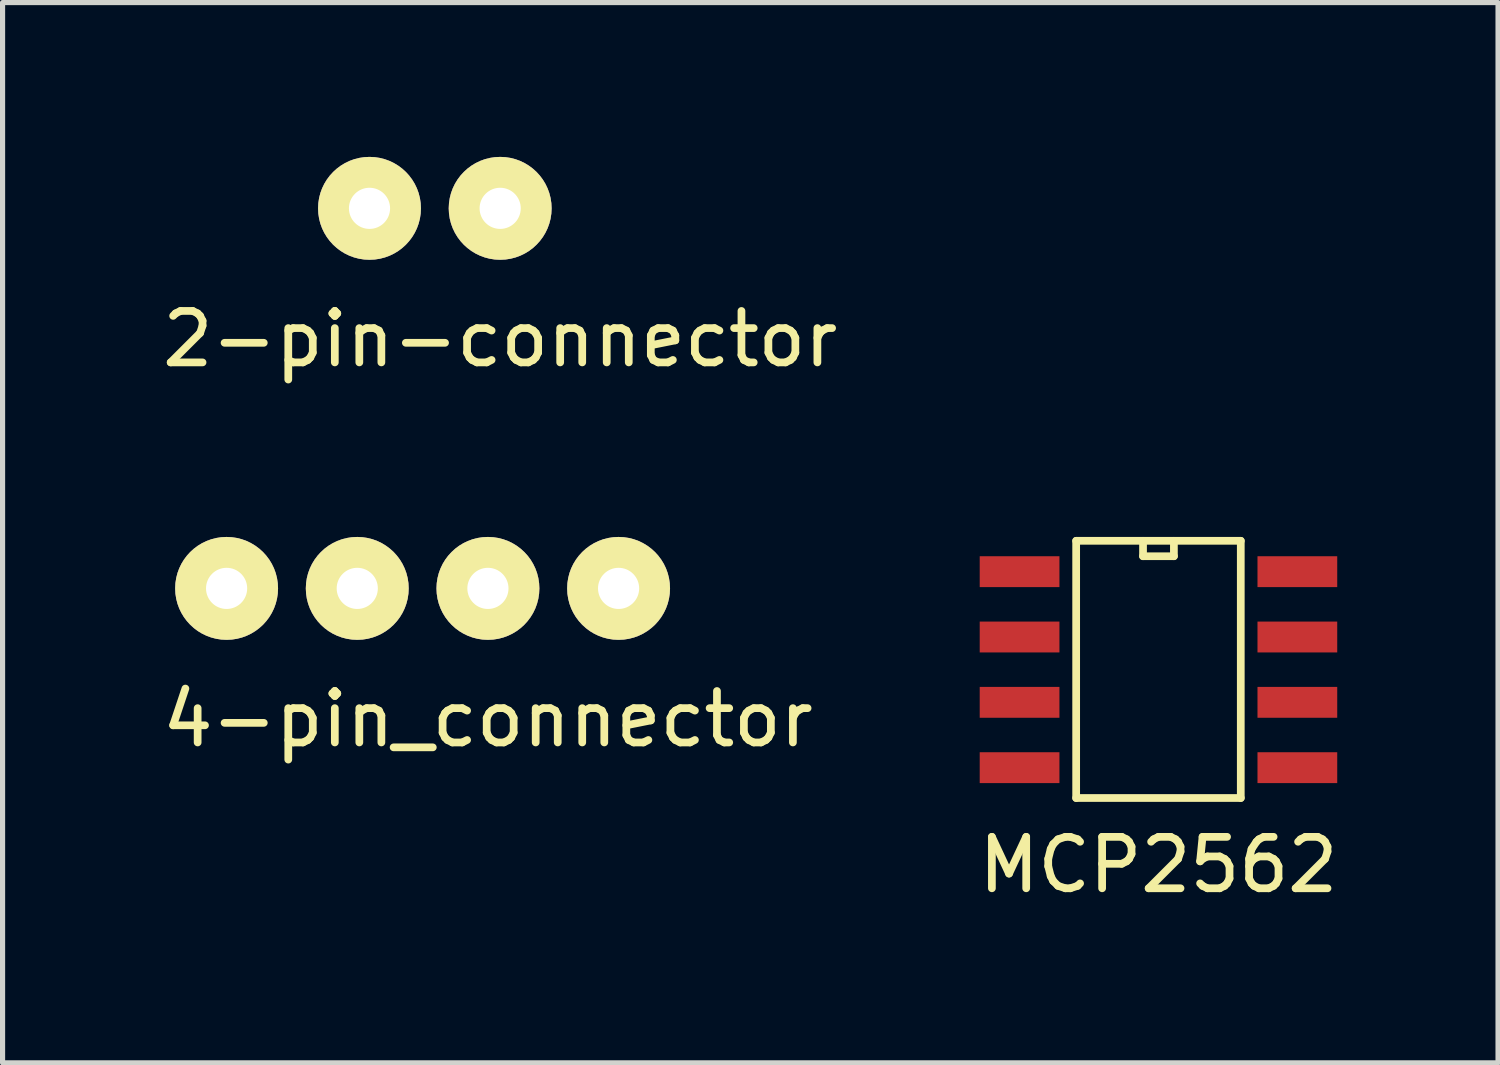
<source format=kicad_pcb>
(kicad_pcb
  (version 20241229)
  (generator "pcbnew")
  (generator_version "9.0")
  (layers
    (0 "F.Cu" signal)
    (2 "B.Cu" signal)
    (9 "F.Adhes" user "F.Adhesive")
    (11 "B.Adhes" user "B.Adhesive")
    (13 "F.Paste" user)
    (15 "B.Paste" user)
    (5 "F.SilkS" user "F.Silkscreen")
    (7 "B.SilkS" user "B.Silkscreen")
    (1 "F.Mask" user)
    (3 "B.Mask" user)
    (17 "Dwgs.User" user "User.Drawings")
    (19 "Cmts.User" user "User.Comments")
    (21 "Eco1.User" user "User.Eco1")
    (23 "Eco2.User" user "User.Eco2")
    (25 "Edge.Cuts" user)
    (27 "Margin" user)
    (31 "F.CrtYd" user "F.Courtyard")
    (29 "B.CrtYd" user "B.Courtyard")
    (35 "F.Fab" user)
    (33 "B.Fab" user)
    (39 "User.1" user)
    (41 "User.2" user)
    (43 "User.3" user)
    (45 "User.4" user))
  (footprint "4-pin_connector"
    (layer "F.Cu")
    (at 6.435 8.388)
    (property "Reference" "4-pin_connector" (at 0 2.54 0) (layer "F.SilkS") (effects (font (size 1 1) (thickness 0.15))))
    (attr through_hole)
    (pad "1" thru_hole circle (at -5.08 0) (size 2 2) (drill 0.8) (layers "*.Cu" "*.Mask" "F.SilkS"))
    (pad "2" thru_hole circle (at -2.54 0) (size 2 2) (drill 0.8) (layers "*.Cu" "*.Mask" "F.SilkS"))
    (pad "3" thru_hole circle (at 0 0) (size 2 2) (drill 0.8) (layers "*.Cu" "*.Mask" "F.SilkS"))
    (pad "4" thru_hole circle (at 2.54 0) (size 2 2) (drill 0.8) (layers "*.Cu" "*.Mask" "F.SilkS")))
  (footprint "MCP2562"
    (layer "F.Cu")
    (at 19.47 9.963)
    (property "Reference" "MCP2562" (at 0 3.8 0) (layer "F.SilkS") (effects (font (size 1 1) (thickness 0.15))))
    (attr through_hole)
    (fp_line (start -1.6 -2.5) (end 1.6 -2.5) (stroke (width 0.15) (type solid)) (layer "F.SilkS"))
    (fp_line (start -1.6 2.5) (end -1.6 -2.5) (stroke (width 0.15) (type solid)) (layer "F.SilkS"))
    (fp_line (start -0.3 -2.5) (end -0.3 -2.2) (stroke (width 0.15) (type solid)) (layer "F.SilkS"))
    (fp_line (start -0.3 -2.2) (end 0.3 -2.2) (stroke (width 0.15) (type solid)) (layer "F.SilkS"))
    (fp_line (start 0.3 -2.2) (end 0.3 -2.5) (stroke (width 0.15) (type solid)) (layer "F.SilkS"))
    (fp_line (start 1.6 -2.5) (end 1.6 2.5) (stroke (width 0.15) (type solid)) (layer "F.SilkS"))
    (fp_line (start 1.6 2.5) (end -1.6 2.5) (stroke (width 0.15) (type solid)) (layer "F.SilkS"))
    (pad "1" smd rect (at -2.7 -1.9) (size 1.55 0.6) (layers "F.Cu" "F.Mask" "F.Paste"))
    (pad "2" smd rect (at -2.7 -0.63) (size 1.55 0.6) (layers "F.Cu" "F.Mask" "F.Paste"))
    (pad "3" smd rect (at -2.7 0.64) (size 1.55 0.6) (layers "F.Cu" "F.Mask" "F.Paste"))
    (pad "4" smd rect (at -2.7 1.91) (size 1.55 0.6) (layers "F.Cu" "F.Mask" "F.Paste"))
    (pad "5" smd rect (at 2.7 1.91) (size 1.55 0.6) (layers "F.Cu" "F.Mask" "F.Paste"))
    (pad "6" smd rect (at 2.7 0.64) (size 1.55 0.6) (layers "F.Cu" "F.Mask" "F.Paste"))
    (pad "7" smd rect (at 2.7 -0.63) (size 1.55 0.6) (layers "F.Cu" "F.Mask" "F.Paste"))
    (pad "8" smd rect (at 2.7 -1.9) (size 1.55 0.6) (layers "F.Cu" "F.Mask" "F.Paste")))
  (footprint "2-pin-connector"
    (layer "F.Cu")
    (at 6.673 1)
    (property "Reference" "2-pin-connector" (at 0 2.54 0) (layer "F.SilkS") (effects (font (size 1 1) (thickness 0.15))))
    (attr through_hole)
    (pad "1" thru_hole circle (at -2.54 0) (size 2 2) (drill 0.8) (layers "*.Cu" "*.Mask" "F.SilkS"))
    (pad "2" thru_hole circle (at 0 0) (size 2 2) (drill 0.8) (layers "*.Cu" "*.Mask" "F.SilkS")))
  (gr_rect
    (start -3 -3)
    (end 26.071 17.611)
    (stroke (width 0.1) (type default))
    (fill no)
    (layer "Edge.Cuts")))
</source>
